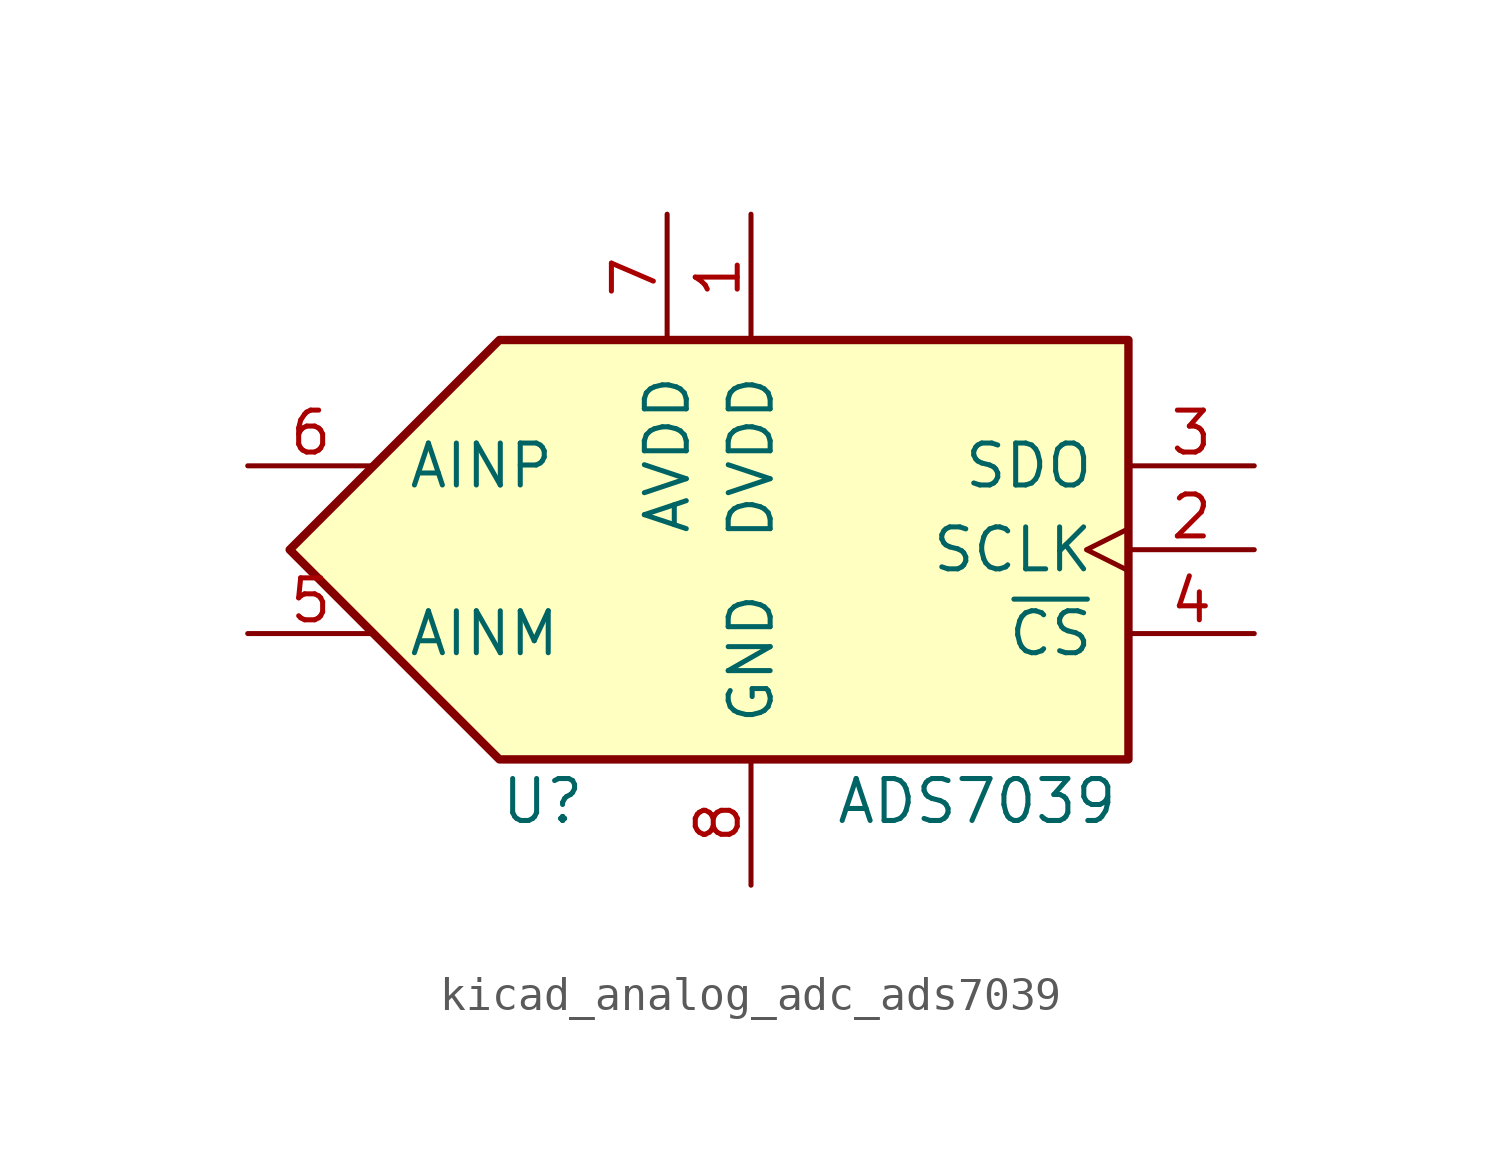
<source format=kicad_sym>
(kicad_symbol_lib
  (version 20220914)
  (generator kicad_symbol_editor)
  (symbol "kicad_analog_adc_ads7039"
    (pin_names
      (offset 1.016))
    (property "Reference" "U"
      (at -7.62 -7.62 0)
      (effects (font (size 1.27 1.27)) (justify left)))
    (property "Value" "ADS7039"
      (at 2.54 -7.62 0)
      (effects (font (size 1.27 1.27)) (justify left)))
    (symbol "kicad_analog_adc_ads7039_0_1"
      (polyline (pts (xy -13.97 0) (xy -7.62 6.35) (xy 11.43 6.35) (xy 11.43 -6.35) (xy -7.62 -6.35) (xy -13.97 0)) (stroke (width 0.254) (type default)) (fill (type background))))
    (symbol "kicad_analog_adc_ads7039_1_1"
      (pin power_in line (at 0 10.16 270) (length 3.81) (name "DVDD" (effects (font (size 1.27 1.27)))) (number "1" (effects (font (size 1.27 1.27)))))
      (pin input clock (at 15.24 0 180) (length 3.81) (name "SCLK" (effects (font (size 1.27 1.27)))) (number "2" (effects (font (size 1.27 1.27)))))
      (pin output line (at 15.24 2.54 180) (length 3.81) (name "SDO" (effects (font (size 1.27 1.27)))) (number "3" (effects (font (size 1.27 1.27)))))
      (pin input line (at 15.24 -2.54 180) (length 3.81) (name "~{CS}" (effects (font (size 1.27 1.27)))) (number "4" (effects (font (size 1.27 1.27)))))
      (pin input line (at -15.24 -2.54 0) (length 3.81) (name "AINM" (effects (font (size 1.27 1.27)))) (number "5" (effects (font (size 1.27 1.27)))))
      (pin input line (at -15.24 2.54 0) (length 3.81) (name "AINP" (effects (font (size 1.27 1.27)))) (number "6" (effects (font (size 1.27 1.27)))))
      (pin power_in line (at -2.54 10.16 270) (length 3.81) (name "AVDD" (effects (font (size 1.27 1.27)))) (number "7" (effects (font (size 1.27 1.27)))))
      (pin power_in line (at 0 -10.16 90) (length 3.81) (name "GND" (effects (font (size 1.27 1.27)))) (number "8" (effects (font (size 1.27 1.27))))))))
</source>
